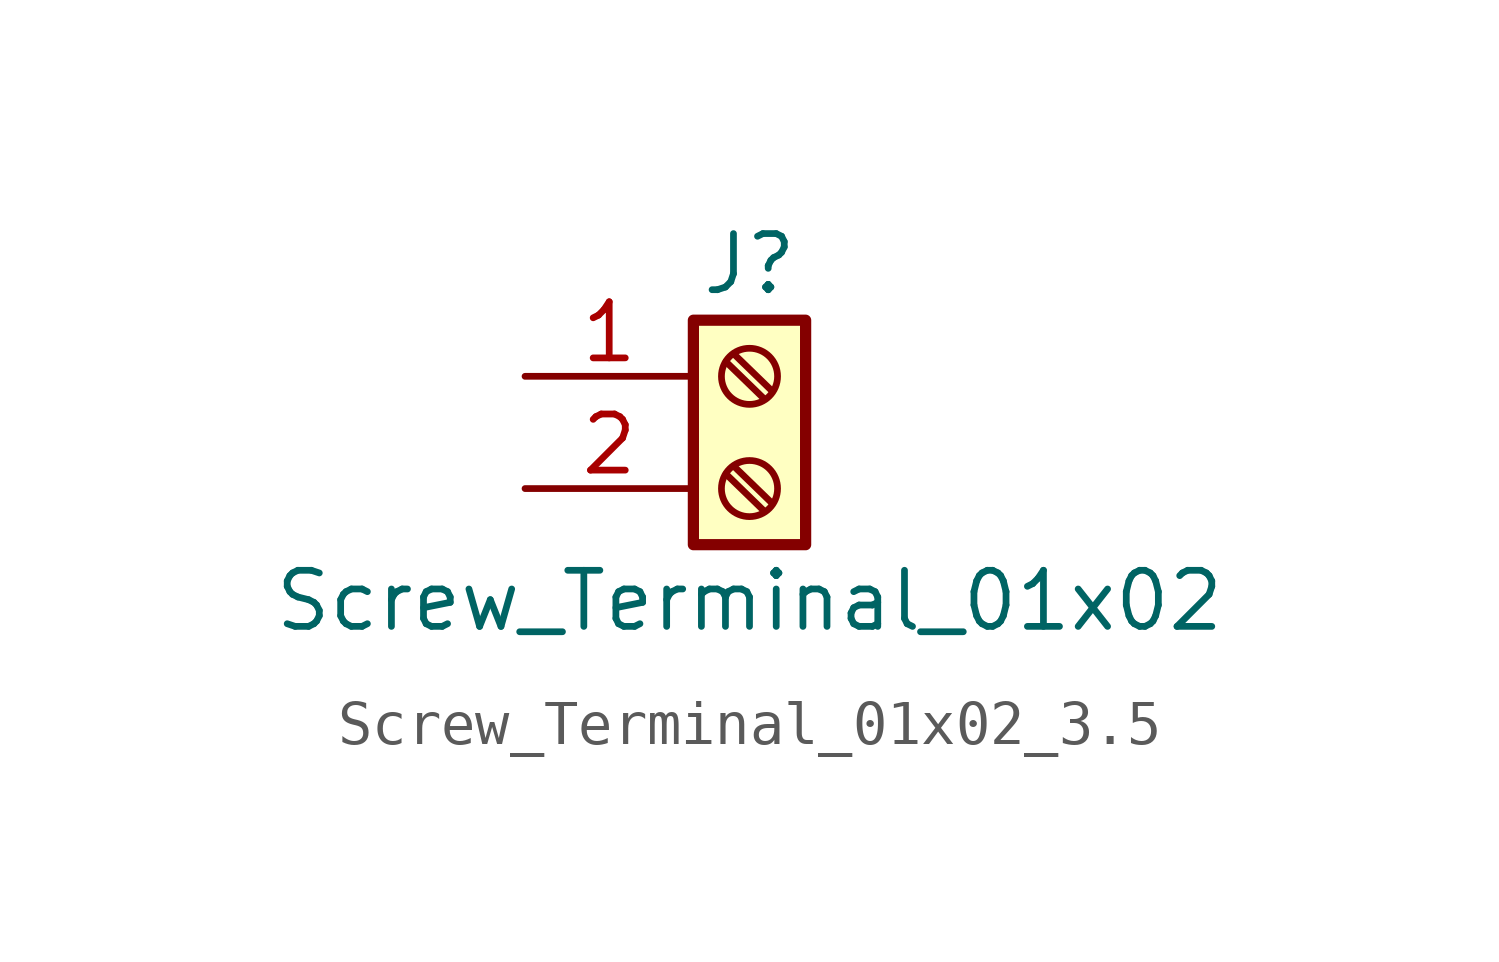
<source format=kicad_sym>
(kicad_symbol_lib
  (version 20241209)
  (generator "kicad_symbol_editor")
  (generator_version "9.0")
  (symbol "Screw_Terminal_01x02_3.5"
    (pin_names
      (offset 1.016)
      (hide yes))
    (property "Reference" "J"
      (at 0 2.54 0)
      (effects (font (size 1.27 1.27))))
    (property "Value" "Screw_Terminal_01x02"
      (at 0 -5.08 0)
      (effects (font (size 1.27 1.27))))
    (symbol "Screw_Terminal_01x02_3.5_1_1"
      (rectangle (start -1.27 1.27) (end 1.27 -3.81) (stroke (width 0.254) (type default)) (fill (type background)))
      (polyline (pts (xy -0.533 0.33) (xy 0.33 -0.508)) (stroke (width 0.152) (type default)) (fill (type none)))
      (polyline (pts (xy -0.533 -2.21) (xy 0.33 -3.048)) (stroke (width 0.152) (type default)) (fill (type none)))
      (polyline (pts (xy -0.356 0.508) (xy 0.508 -0.33)) (stroke (width 0.152) (type default)) (fill (type none)))
      (polyline (pts (xy -0.356 -2.032) (xy 0.508 -2.87)) (stroke (width 0.152) (type default)) (fill (type none)))
      (circle (center 0 0) (radius 0.635) (stroke (width 0.152) (type default)) (fill (type none)))
      (circle (center 0 -2.54) (radius 0.635) (stroke (width 0.152) (type default)) (fill (type none)))
      (pin passive line (at -5.08 0 0) (length 3.81) (name "Pin_1" (effects (font (size 1.27 1.27)))) (number "1" (effects (font (size 1.27 1.27)))))
      (pin passive line (at -5.08 -2.54 0) (length 3.81) (name "Pin_2" (effects (font (size 1.27 1.27)))) (number "2" (effects (font (size 1.27 1.27))))))))
</source>
